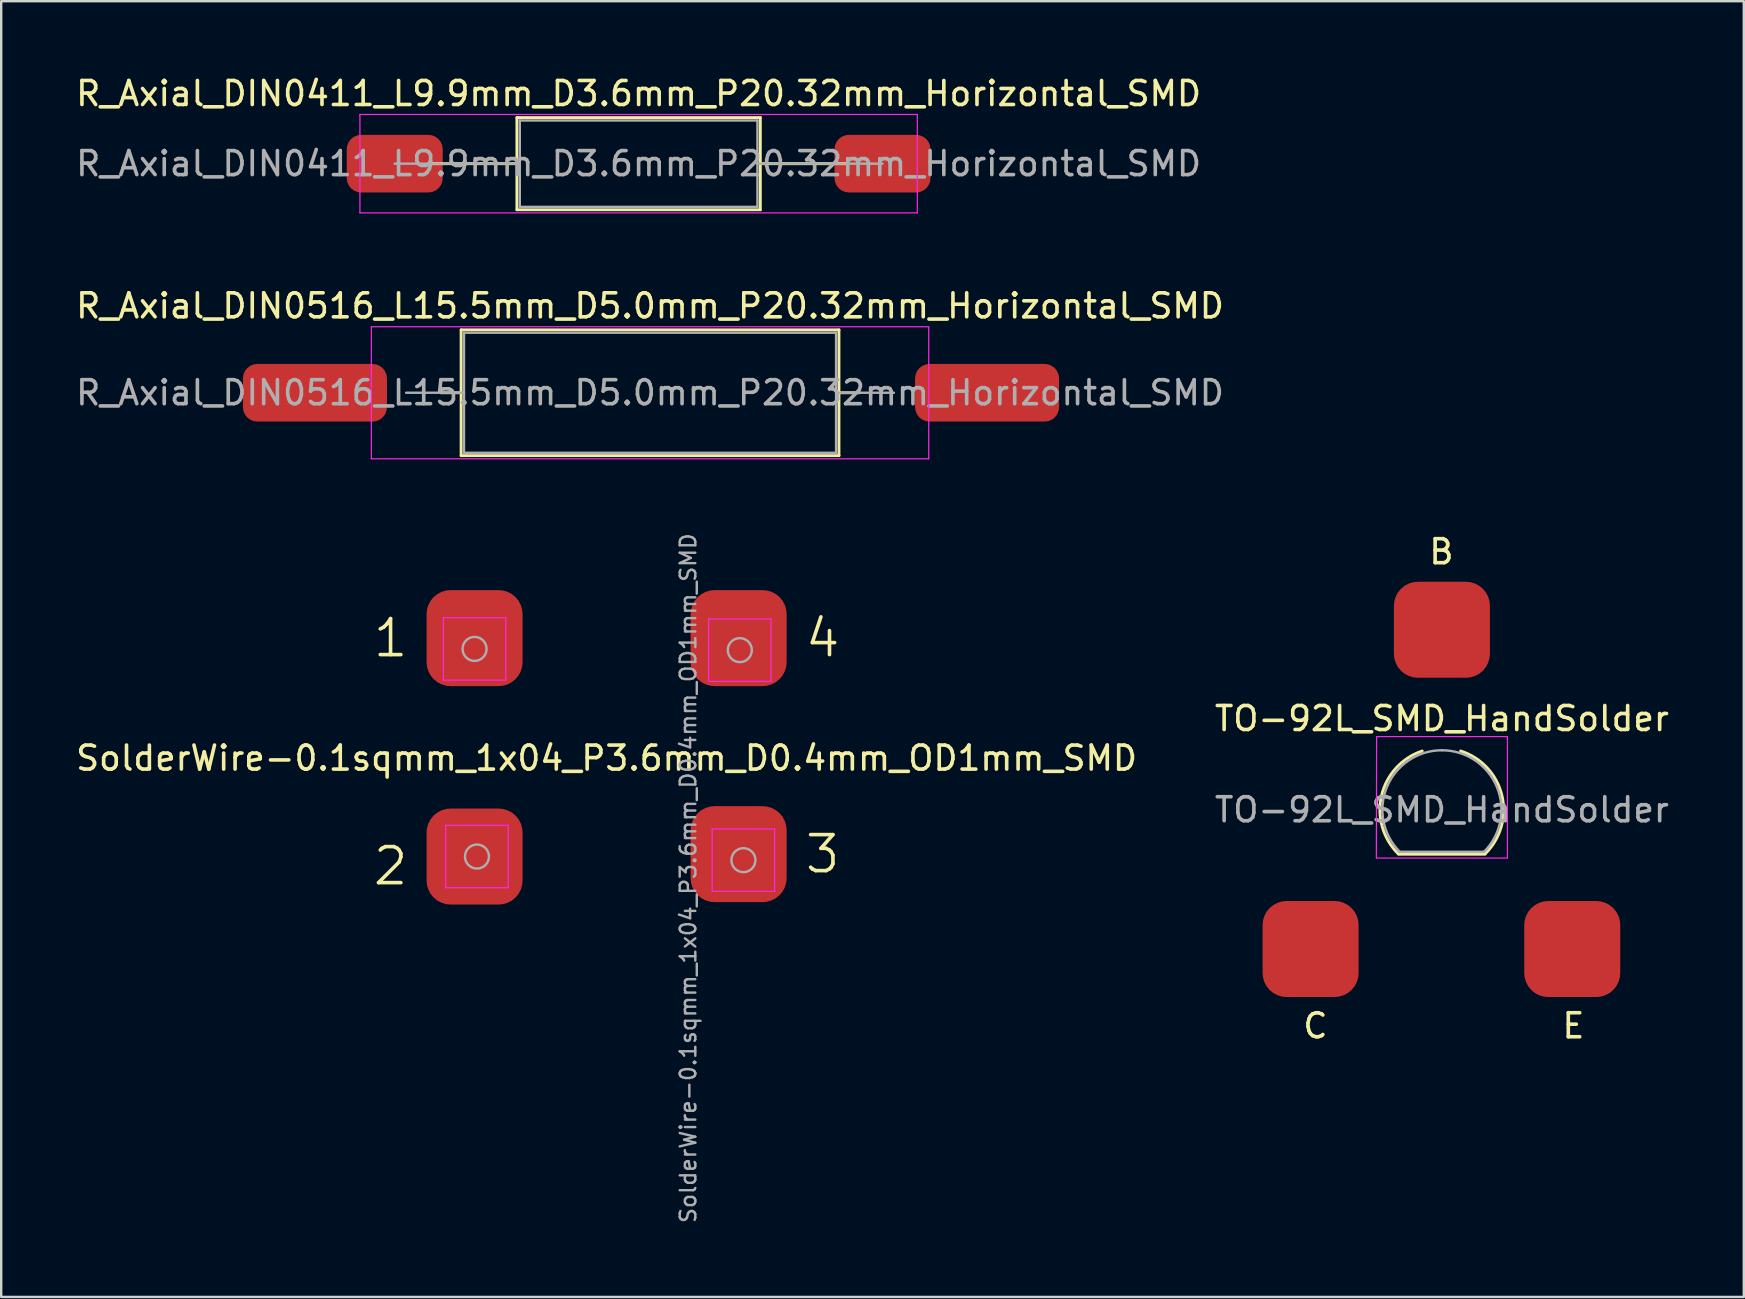
<source format=kicad_pcb>
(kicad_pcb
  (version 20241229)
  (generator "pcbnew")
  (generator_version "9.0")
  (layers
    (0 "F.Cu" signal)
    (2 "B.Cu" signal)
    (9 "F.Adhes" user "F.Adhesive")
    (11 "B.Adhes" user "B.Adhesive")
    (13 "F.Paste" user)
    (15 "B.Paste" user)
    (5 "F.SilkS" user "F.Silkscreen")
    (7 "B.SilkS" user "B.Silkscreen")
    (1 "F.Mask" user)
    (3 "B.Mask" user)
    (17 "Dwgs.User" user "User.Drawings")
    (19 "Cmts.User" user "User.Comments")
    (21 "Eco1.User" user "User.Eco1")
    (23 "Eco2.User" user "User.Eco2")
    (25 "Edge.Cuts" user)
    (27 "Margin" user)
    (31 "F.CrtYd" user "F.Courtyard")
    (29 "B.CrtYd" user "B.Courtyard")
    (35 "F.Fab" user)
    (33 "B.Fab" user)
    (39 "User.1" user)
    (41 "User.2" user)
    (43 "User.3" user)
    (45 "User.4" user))
  (footprint "R_Axial_DIN0516_L15.5mm_D5.0mm_P20.32mm_Horizontal_SMD"
    (layer "F.Cu")
    (at 13.87 13.312)
    (property "Reference" "R_Axial_DIN0516_L15.5mm_D5.0mm_P20.32mm_Horizontal_SMD" (at 10.16 -3.62 0) (layer "F.SilkS") (effects (font (size 1 1) (thickness 0.15))))
    (attr through_hole)
    (fp_line (start 1.44 0) (end 2.29 0) (stroke (width 0.12) (type solid)) (layer "F.SilkS"))
    (fp_line (start 2.29 -2.62) (end 2.29 2.62) (stroke (width 0.12) (type solid)) (layer "F.SilkS"))
    (fp_line (start 2.29 2.62) (end 18.03 2.62) (stroke (width 0.12) (type solid)) (layer "F.SilkS"))
    (fp_line (start 18.03 -2.62) (end 2.29 -2.62) (stroke (width 0.12) (type solid)) (layer "F.SilkS"))
    (fp_line (start 18.03 2.62) (end 18.03 -2.62) (stroke (width 0.12) (type solid)) (layer "F.SilkS"))
    (fp_line (start 18.88 0) (end 18.03 0) (stroke (width 0.12) (type solid)) (layer "F.SilkS"))
    (fp_line (start -1.45 -2.75) (end -1.45 2.75) (stroke (width 0.05) (type solid)) (layer "F.CrtYd"))
    (fp_line (start -1.45 2.75) (end 21.77 2.75) (stroke (width 0.05) (type solid)) (layer "F.CrtYd"))
    (fp_line (start 21.77 -2.75) (end -1.45 -2.75) (stroke (width 0.05) (type solid)) (layer "F.CrtYd"))
    (fp_line (start 21.77 2.75) (end 21.77 -2.75) (stroke (width 0.05) (type solid)) (layer "F.CrtYd"))
    (fp_line (start 0 0) (end 2.41 0) (stroke (width 0.1) (type solid)) (layer "F.Fab"))
    (fp_line (start 2.41 -2.5) (end 2.41 2.5) (stroke (width 0.1) (type solid)) (layer "F.Fab"))
    (fp_line (start 2.41 2.5) (end 17.91 2.5) (stroke (width 0.1) (type solid)) (layer "F.Fab"))
    (fp_line (start 17.91 -2.5) (end 2.41 -2.5) (stroke (width 0.1) (type solid)) (layer "F.Fab"))
    (fp_line (start 17.91 2.5) (end 17.91 -2.5) (stroke (width 0.1) (type solid)) (layer "F.Fab"))
    (fp_line (start 20.32 0) (end 17.91 0) (stroke (width 0.1) (type solid)) (layer "F.Fab"))
    (fp_text user "${REFERENCE}" (at 10.16 0 0) (layer "F.Fab") (effects (font (size 1 1) (thickness 0.15))))
    (pad "1" smd roundrect (at -3.8 0) (size 6 2.4) (layers "F.Cu" "F.Mask" "F.Paste") (roundrect_rratio 0.25))
    (pad "2" smd roundrect (at 24.2 0) (size 6 2.4) (layers "F.Cu" "F.Mask" "F.Paste") (roundrect_rratio 0.25)))
  (footprint "SolderWire-0.1sqmm_1x04_P3.6mm_D0.4mm_OD1mm_SMD"
    (layer "F.Cu")
    (at 20.22 33.533)
    (property "Reference" "SolderWire-0.1sqmm_1x04_P3.6mm_D0.4mm_OD1mm_SMD" (at 2 -5 0) (layer "F.SilkS") (effects (font (size 1 1) (thickness 0.15))))
    (attr exclude_from_pos_files exclude_from_bom)
    (fp_line (start -4.8 -10.85) (end -4.8 -8.25) (stroke (width 0.05) (type solid)) (layer "F.CrtYd"))
    (fp_line (start -4.8 -8.25) (end -2.2 -8.25) (stroke (width 0.05) (type solid)) (layer "F.CrtYd"))
    (fp_line (start -4.7 -2.2) (end -4.7 0.4) (stroke (width 0.05) (type solid)) (layer "F.CrtYd"))
    (fp_line (start -4.7 0.4) (end -2.1 0.4) (stroke (width 0.05) (type solid)) (layer "F.CrtYd"))
    (fp_line (start -2.2 -10.85) (end -4.8 -10.85) (stroke (width 0.05) (type solid)) (layer "F.CrtYd"))
    (fp_line (start -2.2 -8.25) (end -2.2 -10.85) (stroke (width 0.05) (type solid)) (layer "F.CrtYd"))
    (fp_line (start -2.1 -2.2) (end -4.7 -2.2) (stroke (width 0.05) (type solid)) (layer "F.CrtYd"))
    (fp_line (start -2.1 0.4) (end -2.1 -2.2) (stroke (width 0.05) (type solid)) (layer "F.CrtYd"))
    (fp_line (start 6.25 -10.8) (end 6.25 -8.2) (stroke (width 0.05) (type solid)) (layer "F.CrtYd"))
    (fp_line (start 6.25 -8.2) (end 8.85 -8.2) (stroke (width 0.05) (type solid)) (layer "F.CrtYd"))
    (fp_line (start 6.4 -2.05) (end 6.4 0.55) (stroke (width 0.05) (type solid)) (layer "F.CrtYd"))
    (fp_line (start 6.4 0.55) (end 9 0.55) (stroke (width 0.05) (type solid)) (layer "F.CrtYd"))
    (fp_line (start 8.85 -10.8) (end 6.25 -10.8) (stroke (width 0.05) (type solid)) (layer "F.CrtYd"))
    (fp_line (start 8.85 -8.2) (end 8.85 -10.8) (stroke (width 0.05) (type solid)) (layer "F.CrtYd"))
    (fp_line (start 9 -2.05) (end 6.4 -2.05) (stroke (width 0.05) (type solid)) (layer "F.CrtYd"))
    (fp_line (start 9 0.55) (end 9 -2.05) (stroke (width 0.05) (type solid)) (layer "F.CrtYd"))
    (fp_circle (center -3.5 -9.55) (end -3 -9.55) (stroke (width 0.1) (type solid)) (fill no) (layer "F.Fab"))
    (fp_circle (center -3.4 -0.9) (end -2.9 -0.9) (stroke (width 0.1) (type solid)) (fill no) (layer "F.Fab"))
    (fp_circle (center 7.55 -9.5) (end 8.05 -9.5) (stroke (width 0.1) (type solid)) (fill no) (layer "F.Fab"))
    (fp_circle (center 7.7 -0.75) (end 8.2 -0.75) (stroke (width 0.1) (type solid)) (fill no) (layer "F.Fab"))
    (fp_text user "4" (at 11 -10 0) (layer "F.SilkS") (effects (font (size 1.5 1.5) (thickness 0.15))))
    (fp_text user "3" (at 11 -1 0) (layer "F.SilkS") (effects (font (size 1.5 1.5) (thickness 0.15))))
    (fp_text user "2" (at -7 -0.5 0) (layer "F.SilkS") (effects (font (size 1.5 1.5) (thickness 0.15))))
    (fp_text user "1" (at -7 -10 0) (layer "F.SilkS") (effects (font (size 1.5 1.5) (thickness 0.15))))
    (fp_text user "${REFERENCE}" (at 5.4 0 90) (layer "F.Fab") (effects (font (size 0.65 0.65) (thickness 0.1))))
    (pad "1" smd roundrect (at -3.5 -10) (size 4 4) (layers "F.Cu" "F.Mask" "F.Paste") (roundrect_rratio 0.25))
    (pad "2" smd roundrect (at -3.5 -0.9) (size 4 4) (layers "F.Cu" "F.Mask" "F.Paste") (roundrect_rratio 0.25))
    (pad "3" smd roundrect (at 7.5 -1) (size 4 4) (layers "F.Cu" "F.Mask" "F.Paste") (roundrect_rratio 0.25))
    (pad "4" smd roundrect (at 7.5 -10) (size 4 4) (layers "F.Cu" "F.Mask" "F.Paste") (roundrect_rratio 0.25)))
  (footprint "TO-92L_SMD_HandSolder"
    (layer "F.Cu")
    (at 55.748 30.685)
    (property "Reference" "TO-92L_SMD_HandSolder" (at 1.27 -3.8 0) (layer "F.SilkS") (effects (font (size 1 1) (thickness 0.15))))
    (attr through_hole)
    (fp_line (start -0.53 1.85) (end 3.07 1.85) (stroke (width 0.12) (type solid)) (layer "F.SilkS"))
    (fp_arc (start -0.541453 1.842156) (mid -1.247298 -0.581475) (end 0.45 -2.45) (stroke (width 0.12) (type solid)) (layer "F.SilkS"))
    (fp_arc (start 2.05 -2.45) (mid 3.769931 -0.601036) (end 3.078445 1.827684) (stroke (width 0.12) (type solid)) (layer "F.SilkS"))
    (fp_line (start -1.46 -3.05) (end 4 -3.05) (stroke (width 0.05) (type solid)) (layer "F.CrtYd"))
    (fp_line (start -1.45 -3.05) (end -1.46 2.01) (stroke (width 0.05) (type solid)) (layer "F.CrtYd"))
    (fp_line (start 4 2.01) (end -1.46 2.01) (stroke (width 0.05) (type solid)) (layer "F.CrtYd"))
    (fp_line (start 4 2.01) (end 4 -3.05) (stroke (width 0.05) (type solid)) (layer "F.CrtYd"))
    (fp_line (start -0.5 1.75) (end 3 1.75) (stroke (width 0.1) (type solid)) (layer "F.Fab"))
    (fp_arc (start -0.483625 1.753625) (mid -1.021221 -0.949055) (end 1.27 -2.48) (stroke (width 0.1) (type solid)) (layer "F.Fab"))
    (fp_arc (start 1.27 -2.48) (mid 3.561221 -0.949055) (end 3.023625 1.753625) (stroke (width 0.1) (type solid)) (layer "F.Fab"))
    (fp_text user "E" (at 6.75 9 0) (layer "F.SilkS") (effects (font (size 1 1) (thickness 0.15))))
    (fp_text user "C" (at -4 9 0) (layer "F.SilkS") (effects (font (size 1 1) (thickness 0.15))))
    (fp_text user "B" (at 1.25 -10.75 0) (layer "F.SilkS") (effects (font (size 1 1) (thickness 0.15))))
    (fp_text user "${REFERENCE}" (at 1.27 0 0) (layer "F.Fab") (effects (font (size 1 1) (thickness 0.15))))
    (pad "1" smd roundrect (at -4.2 5.4) (size 4 4) (drill (offset 0 0.4)) (layers "F.Cu" "F.Mask" "F.Paste") (roundrect_rratio 0.25))
    (pad "2" smd roundrect (at 1.27 -7.1) (size 4 4) (drill (offset 0 -0.4)) (layers "F.Cu" "F.Mask" "F.Paste") (roundrect_rratio 0.25))
    (pad "3" smd roundrect (at 6.7 5.4) (size 4 4) (drill (offset 0 0.4)) (layers "F.Cu" "F.Mask" "F.Paste") (roundrect_rratio 0.25)))
  (footprint "R_Axial_DIN0411_L9.9mm_D3.6mm_P20.32mm_Horizontal_SMD"
    (layer "F.Cu")
    (at 13.394 3.768)
    (property "Reference" "R_Axial_DIN0411_L9.9mm_D3.6mm_P20.32mm_Horizontal_SMD" (at 10.16 -2.92 0) (layer "F.SilkS") (effects (font (size 1 1) (thickness 0.15))))
    (attr through_hole)
    (fp_line (start 1.44 0) (end 5.09 0) (stroke (width 0.12) (type solid)) (layer "F.SilkS"))
    (fp_line (start 5.09 -1.92) (end 5.09 1.92) (stroke (width 0.12) (type solid)) (layer "F.SilkS"))
    (fp_line (start 5.09 1.92) (end 15.23 1.92) (stroke (width 0.12) (type solid)) (layer "F.SilkS"))
    (fp_line (start 15.23 -1.92) (end 5.09 -1.92) (stroke (width 0.12) (type solid)) (layer "F.SilkS"))
    (fp_line (start 15.23 1.92) (end 15.23 -1.92) (stroke (width 0.12) (type solid)) (layer "F.SilkS"))
    (fp_line (start 18.88 0) (end 15.23 0) (stroke (width 0.12) (type solid)) (layer "F.SilkS"))
    (fp_line (start -1.45 -2.05) (end -1.45 2.05) (stroke (width 0.05) (type solid)) (layer "F.CrtYd"))
    (fp_line (start -1.45 2.05) (end 21.77 2.05) (stroke (width 0.05) (type solid)) (layer "F.CrtYd"))
    (fp_line (start 21.77 -2.05) (end -1.45 -2.05) (stroke (width 0.05) (type solid)) (layer "F.CrtYd"))
    (fp_line (start 21.77 2.05) (end 21.77 -2.05) (stroke (width 0.05) (type solid)) (layer "F.CrtYd"))
    (fp_line (start 0 0) (end 5.21 0) (stroke (width 0.1) (type solid)) (layer "F.Fab"))
    (fp_line (start 5.21 -1.8) (end 5.21 1.8) (stroke (width 0.1) (type solid)) (layer "F.Fab"))
    (fp_line (start 5.21 1.8) (end 15.11 1.8) (stroke (width 0.1) (type solid)) (layer "F.Fab"))
    (fp_line (start 15.11 -1.8) (end 5.21 -1.8) (stroke (width 0.1) (type solid)) (layer "F.Fab"))
    (fp_line (start 15.11 1.8) (end 15.11 -1.8) (stroke (width 0.1) (type solid)) (layer "F.Fab"))
    (fp_line (start 20.32 0) (end 15.11 0) (stroke (width 0.1) (type solid)) (layer "F.Fab"))
    (fp_text user "${REFERENCE}" (at 10.16 0 0) (layer "F.Fab") (effects (font (size 1 1) (thickness 0.15))))
    (pad "1" smd roundrect (at 0 0) (size 4 2.4) (layers "F.Cu" "F.Mask" "F.Paste") (roundrect_rratio 0.25))
    (pad "2" connect roundrect (at 20.32 0) (size 4 2.4) (layers "F.Cu" "F.Mask") (roundrect_rratio 0.25)))
  (gr_rect
    (start -3 -3)
    (end 69.595 50.98)
    (stroke (width 0.1) (type default))
    (fill no)
    (layer "Edge.Cuts")))
</source>
